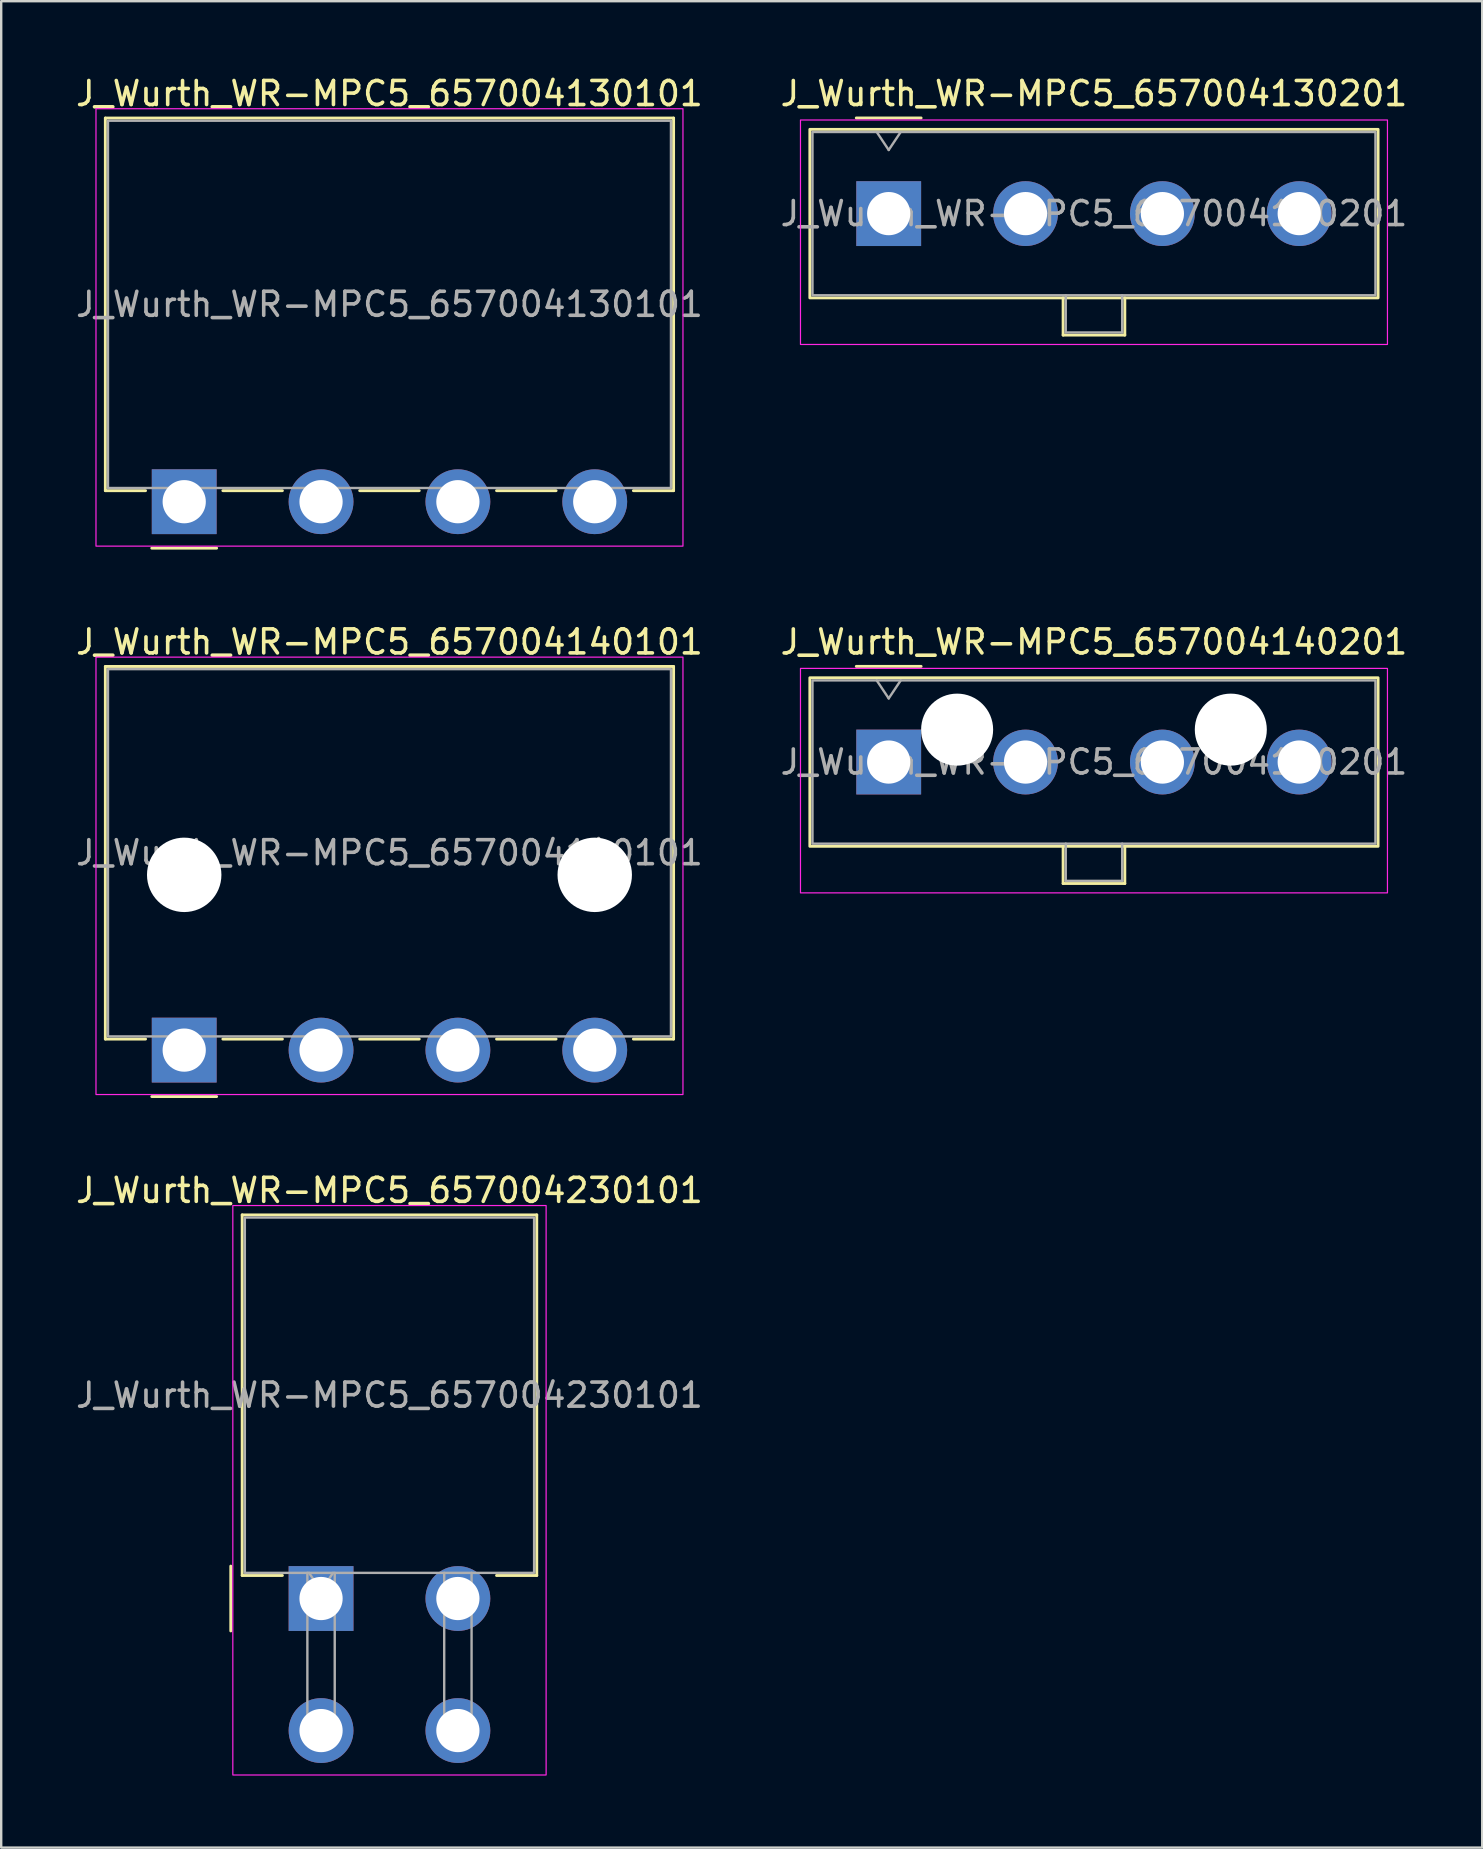
<source format=kicad_pcb>
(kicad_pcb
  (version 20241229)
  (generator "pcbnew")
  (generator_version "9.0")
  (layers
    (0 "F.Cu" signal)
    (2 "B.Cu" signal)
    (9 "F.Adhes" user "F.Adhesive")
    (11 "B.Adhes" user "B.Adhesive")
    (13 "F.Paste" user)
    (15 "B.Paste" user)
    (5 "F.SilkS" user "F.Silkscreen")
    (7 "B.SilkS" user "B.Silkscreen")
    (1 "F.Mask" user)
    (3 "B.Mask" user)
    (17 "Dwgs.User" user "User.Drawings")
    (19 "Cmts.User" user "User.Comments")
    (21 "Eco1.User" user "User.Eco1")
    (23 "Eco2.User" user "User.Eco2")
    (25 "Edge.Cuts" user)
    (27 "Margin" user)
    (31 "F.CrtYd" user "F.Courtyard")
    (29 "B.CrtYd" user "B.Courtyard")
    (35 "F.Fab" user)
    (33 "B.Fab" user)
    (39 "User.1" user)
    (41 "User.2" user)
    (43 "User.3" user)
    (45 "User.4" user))
  (footprint "J_Wurth_WR-MPC5_657004230101"
    (layer "F.Cu")
    (at 10.323 63.535)
    (property "Reference" "J_Wurth_WR-MPC5_657004230101" (at 2.85 -17 0) (unlocked yes) (layer "F.SilkS") (effects (font (size 1 1) (thickness 0.15))))
    (attr through_hole)
    (fp_line (start -3.76 -1.35) (end -3.76 1.35) (stroke (width 0.12) (type solid)) (layer "F.SilkS"))
    (fp_line (start -3.285 -15.98) (end -3.285 -0.96) (stroke (width 0.12) (type solid)) (layer "F.SilkS"))
    (fp_line (start -3.285 -15.98) (end 8.985 -15.98) (stroke (width 0.12) (type solid)) (layer "F.SilkS"))
    (fp_line (start -1.61 -0.96) (end -3.285 -0.96) (stroke (width 0.12) (type solid)) (layer "F.SilkS"))
    (fp_line (start 8.985 -15.98) (end 8.985 -0.96) (stroke (width 0.12) (type solid)) (layer "F.SilkS"))
    (fp_line (start 8.985 -0.96) (end 7.31 -0.96) (stroke (width 0.12) (type solid)) (layer "F.SilkS"))
    (fp_rect (start -3.675 -16.37) (end 9.375 7.35) (stroke (width 0.05) (type solid)) (fill no) (layer "F.CrtYd"))
    (fp_line (start -0.57 0.57) (end -0.57 -1.07) (stroke (width 0.1) (type solid)) (layer "F.Fab"))
    (fp_line (start -0.57 0.57) (end 0.57 0.57) (stroke (width 0.1) (type solid)) (layer "F.Fab"))
    (fp_line (start -0.57 6.07) (end -0.57 0.57) (stroke (width 0.1) (type solid)) (layer "F.Fab"))
    (fp_line (start 0 -0.32) (end -0.5 -1.07) (stroke (width 0.1) (type solid)) (layer "F.Fab"))
    (fp_line (start 0 -0.32) (end 0.5 -1.07) (stroke (width 0.1) (type solid)) (layer "F.Fab"))
    (fp_line (start 0.57 0.57) (end 0.57 -1.07) (stroke (width 0.1) (type solid)) (layer "F.Fab"))
    (fp_line (start 0.57 6.07) (end -0.57 6.07) (stroke (width 0.1) (type solid)) (layer "F.Fab"))
    (fp_line (start 0.57 6.07) (end 0.57 0.57) (stroke (width 0.1) (type solid)) (layer "F.Fab"))
    (fp_line (start 5.13 0.57) (end 5.13 -1.07) (stroke (width 0.1) (type solid)) (layer "F.Fab"))
    (fp_line (start 5.13 0.57) (end 6.27 0.57) (stroke (width 0.1) (type solid)) (layer "F.Fab"))
    (fp_line (start 5.13 6.07) (end 5.13 0.57) (stroke (width 0.1) (type solid)) (layer "F.Fab"))
    (fp_line (start 6.27 0.57) (end 6.27 -1.07) (stroke (width 0.1) (type solid)) (layer "F.Fab"))
    (fp_line (start 6.27 6.07) (end 5.13 6.07) (stroke (width 0.1) (type solid)) (layer "F.Fab"))
    (fp_line (start 6.27 6.07) (end 6.27 0.57) (stroke (width 0.1) (type solid)) (layer "F.Fab"))
    (fp_rect (start -3.175 -15.87) (end 8.875 -1.07) (stroke (width 0.1) (type solid)) (fill no) (layer "F.Fab"))
    (fp_text user "${REFERENCE}" (at 2.85 -8.47 0) (unlocked yes) (layer "F.Fab") (effects (font (size 1 1) (thickness 0.15))))
    (pad "1" thru_hole rect (at 0 0 180) (size 2.7 2.7) (drill 1.8) (layers "*.Cu" "*.Mask"))
    (pad "2" thru_hole circle (at 5.7 0 180) (size 2.7 2.7) (drill 1.8) (layers "*.Cu" "*.Mask"))
    (pad "3" thru_hole circle (at 0 5.5 180) (size 2.7 2.7) (drill 1.8) (layers "*.Cu" "*.Mask"))
    (pad "4" thru_hole circle (at 5.7 5.5 180) (size 2.7 2.7) (drill 1.8) (layers "*.Cu" "*.Mask")))
  (footprint "J_Wurth_WR-MPC5_657004140101"
    (layer "F.Cu")
    (at 4.623 40.691)
    (property "Reference" "J_Wurth_WR-MPC5_657004140101" (at 8.55 -17 0) (unlocked yes) (layer "F.SilkS") (effects (font (size 1 1) (thickness 0.15))))
    (attr through_hole)
    (fp_line (start -3.285 -15.98) (end -3.285 -0.46) (stroke (width 0.12) (type solid)) (layer "F.SilkS"))
    (fp_line (start -3.285 -15.98) (end 20.385 -15.98) (stroke (width 0.12) (type solid)) (layer "F.SilkS"))
    (fp_line (start -1.61 -0.46) (end -3.285 -0.46) (stroke (width 0.12) (type solid)) (layer "F.SilkS"))
    (fp_line (start 1.35 1.935) (end -1.35 1.935) (stroke (width 0.12) (type solid)) (layer "F.SilkS"))
    (fp_line (start 4.09 -0.46) (end 1.61 -0.46) (stroke (width 0.12) (type solid)) (layer "F.SilkS"))
    (fp_line (start 9.79 -0.46) (end 7.31 -0.46) (stroke (width 0.12) (type solid)) (layer "F.SilkS"))
    (fp_line (start 15.49 -0.46) (end 13.01 -0.46) (stroke (width 0.12) (type solid)) (layer "F.SilkS"))
    (fp_line (start 18.71 -0.46) (end 20.385 -0.46) (stroke (width 0.12) (type solid)) (layer "F.SilkS"))
    (fp_line (start 20.385 -15.98) (end 20.385 -0.46) (stroke (width 0.12) (type solid)) (layer "F.SilkS"))
    (fp_rect (start -3.675 -16.37) (end 20.775 1.85) (stroke (width 0.05) (type solid)) (fill no) (layer "F.CrtYd"))
    (fp_line (start 0 0.18) (end -0.5 -0.57) (stroke (width 0.1) (type solid)) (layer "F.Fab"))
    (fp_line (start 0 0.18) (end 0.5 -0.57) (stroke (width 0.1) (type solid)) (layer "F.Fab"))
    (fp_rect (start -3.175 -15.87) (end 20.275 -0.57) (stroke (width 0.1) (type solid)) (fill no) (layer "F.Fab"))
    (fp_text user "${REFERENCE}" (at 8.55 -8.22 0) (unlocked yes) (layer "F.Fab") (effects (font (size 1 1) (thickness 0.15))))
    (pad "" np_thru_hole circle (at 0 -7.3) (size 3.1 3.1) (drill 3.1) (layers "*.Cu" "*.Mask"))
    (pad "" np_thru_hole circle (at 17.1 -7.3) (size 3.1 3.1) (drill 3.1) (layers "*.Cu" "*.Mask"))
    (pad "1" thru_hole rect (at 0 0 180) (size 2.7 2.7) (drill 1.8) (layers "*.Cu" "*.Mask"))
    (pad "2" thru_hole circle (at 5.7 0 180) (size 2.7 2.7) (drill 1.8) (layers "*.Cu" "*.Mask"))
    (pad "3" thru_hole circle (at 11.4 0 180) (size 2.7 2.7) (drill 1.8) (layers "*.Cu" "*.Mask"))
    (pad "4" thru_hole circle (at 17.1 0 180) (size 2.7 2.7) (drill 1.8) (layers "*.Cu" "*.Mask")))
  (footprint "J_Wurth_WR-MPC5_657004140201"
    (layer "F.Cu")
    (at 33.968 28.692)
    (property "Reference" "J_Wurth_WR-MPC5_657004140201" (at 8.55 -5 0) (unlocked yes) (layer "F.SilkS") (effects (font (size 1 1) (thickness 0.15))))
    (attr through_hole)
    (fp_line (start -1.35 -3.985) (end 1.35 -3.985) (stroke (width 0.12) (type solid)) (layer "F.SilkS"))
    (fp_line (start 7.265 3.51) (end 7.265 5.06) (stroke (width 0.12) (type solid)) (layer "F.SilkS"))
    (fp_line (start 7.265 5.06) (end 9.835 5.06) (stroke (width 0.12) (type solid)) (layer "F.SilkS"))
    (fp_line (start 9.835 3.51) (end 9.835 5.06) (stroke (width 0.12) (type solid)) (layer "F.SilkS"))
    (fp_rect (start -3.285 -3.51) (end 20.385 3.51) (stroke (width 0.12) (type solid)) (fill no) (layer "F.SilkS"))
    (fp_rect (start -3.675 -3.9) (end 20.775 5.45) (stroke (width 0.05) (type solid)) (fill no) (layer "F.CrtYd"))
    (fp_line (start 0 -2.65) (end -0.5 -3.4) (stroke (width 0.1) (type solid)) (layer "F.Fab"))
    (fp_line (start 0 -2.65) (end 0.5 -3.4) (stroke (width 0.1) (type solid)) (layer "F.Fab"))
    (fp_line (start 7.375 4.95) (end 7.375 3.4) (stroke (width 0.1) (type solid)) (layer "F.Fab"))
    (fp_line (start 9.725 3.4) (end 9.725 4.95) (stroke (width 0.1) (type solid)) (layer "F.Fab"))
    (fp_line (start 9.725 4.95) (end 7.375 4.95) (stroke (width 0.1) (type solid)) (layer "F.Fab"))
    (fp_rect (start -3.175 -3.4) (end 20.275 3.4) (stroke (width 0.1) (type solid)) (fill no) (layer "F.Fab"))
    (fp_text user "${REFERENCE}" (at 8.55 0 0) (unlocked yes) (layer "F.Fab") (effects (font (size 1 1) (thickness 0.15))))
    (pad "" np_thru_hole circle (at 2.85 -1.35) (size 3 3) (drill 3) (layers "*.Cu" "*.Mask"))
    (pad "" np_thru_hole circle (at 14.25 -1.35) (size 3 3) (drill 3) (layers "*.Cu" "*.Mask"))
    (pad "1" thru_hole rect (at 0 0 180) (size 2.7 2.7) (drill 1.8) (layers "*.Cu" "*.Mask"))
    (pad "2" thru_hole circle (at 5.7 0 180) (size 2.7 2.7) (drill 1.8) (layers "*.Cu" "*.Mask"))
    (pad "3" thru_hole circle (at 11.4 0 180) (size 2.7 2.7) (drill 1.8) (layers "*.Cu" "*.Mask"))
    (pad "4" thru_hole circle (at 17.1 0 180) (size 2.7 2.7) (drill 1.8) (layers "*.Cu" "*.Mask")))
  (footprint "J_Wurth_WR-MPC5_657004130201"
    (layer "F.Cu")
    (at 33.968 5.848)
    (property "Reference" "J_Wurth_WR-MPC5_657004130201" (at 8.55 -5 0) (unlocked yes) (layer "F.SilkS") (effects (font (size 1 1) (thickness 0.15))))
    (attr through_hole)
    (fp_line (start -1.35 -3.985) (end 1.35 -3.985) (stroke (width 0.12) (type solid)) (layer "F.SilkS"))
    (fp_line (start 7.265 3.51) (end 7.265 5.06) (stroke (width 0.12) (type solid)) (layer "F.SilkS"))
    (fp_line (start 7.265 5.06) (end 9.835 5.06) (stroke (width 0.12) (type solid)) (layer "F.SilkS"))
    (fp_line (start 9.835 3.51) (end 9.835 5.06) (stroke (width 0.12) (type solid)) (layer "F.SilkS"))
    (fp_rect (start -3.285 -3.51) (end 20.385 3.51) (stroke (width 0.12) (type solid)) (fill no) (layer "F.SilkS"))
    (fp_rect (start -3.675 -3.9) (end 20.775 5.45) (stroke (width 0.05) (type solid)) (fill no) (layer "F.CrtYd"))
    (fp_line (start 0 -2.65) (end -0.5 -3.4) (stroke (width 0.1) (type solid)) (layer "F.Fab"))
    (fp_line (start 0 -2.65) (end 0.5 -3.4) (stroke (width 0.1) (type solid)) (layer "F.Fab"))
    (fp_line (start 7.375 4.95) (end 7.375 3.4) (stroke (width 0.1) (type solid)) (layer "F.Fab"))
    (fp_line (start 9.725 3.4) (end 9.725 4.95) (stroke (width 0.1) (type solid)) (layer "F.Fab"))
    (fp_line (start 9.725 4.95) (end 7.375 4.95) (stroke (width 0.1) (type solid)) (layer "F.Fab"))
    (fp_rect (start -3.175 -3.4) (end 20.275 3.4) (stroke (width 0.1) (type solid)) (fill no) (layer "F.Fab"))
    (fp_text user "${REFERENCE}" (at 8.55 0 0) (unlocked yes) (layer "F.Fab") (effects (font (size 1 1) (thickness 0.15))))
    (pad "1" thru_hole rect (at 0 0 180) (size 2.7 2.7) (drill 1.8) (layers "*.Cu" "*.Mask"))
    (pad "2" thru_hole circle (at 5.7 0 180) (size 2.7 2.7) (drill 1.8) (layers "*.Cu" "*.Mask"))
    (pad "3" thru_hole circle (at 11.4 0 180) (size 2.7 2.7) (drill 1.8) (layers "*.Cu" "*.Mask"))
    (pad "4" thru_hole circle (at 17.1 0 180) (size 2.7 2.7) (drill 1.8) (layers "*.Cu" "*.Mask")))
  (footprint "J_Wurth_WR-MPC5_657004130101"
    (layer "F.Cu")
    (at 4.623 17.848)
    (property "Reference" "J_Wurth_WR-MPC5_657004130101" (at 8.55 -17 0) (unlocked yes) (layer "F.SilkS") (effects (font (size 1 1) (thickness 0.15))))
    (attr through_hole)
    (fp_line (start -3.285 -15.98) (end -3.285 -0.46) (stroke (width 0.12) (type solid)) (layer "F.SilkS"))
    (fp_line (start -3.285 -15.98) (end 20.385 -15.98) (stroke (width 0.12) (type solid)) (layer "F.SilkS"))
    (fp_line (start -1.61 -0.46) (end -3.285 -0.46) (stroke (width 0.12) (type solid)) (layer "F.SilkS"))
    (fp_line (start 1.35 1.935) (end -1.35 1.935) (stroke (width 0.12) (type solid)) (layer "F.SilkS"))
    (fp_line (start 4.09 -0.46) (end 1.61 -0.46) (stroke (width 0.12) (type solid)) (layer "F.SilkS"))
    (fp_line (start 9.79 -0.46) (end 7.31 -0.46) (stroke (width 0.12) (type solid)) (layer "F.SilkS"))
    (fp_line (start 15.49 -0.46) (end 13.01 -0.46) (stroke (width 0.12) (type solid)) (layer "F.SilkS"))
    (fp_line (start 18.71 -0.46) (end 20.385 -0.46) (stroke (width 0.12) (type solid)) (layer "F.SilkS"))
    (fp_line (start 20.385 -15.98) (end 20.385 -0.46) (stroke (width 0.12) (type solid)) (layer "F.SilkS"))
    (fp_rect (start -3.675 -16.37) (end 20.775 1.85) (stroke (width 0.05) (type solid)) (fill no) (layer "F.CrtYd"))
    (fp_line (start 0 0.18) (end -0.5 -0.57) (stroke (width 0.1) (type solid)) (layer "F.Fab"))
    (fp_line (start 0 0.18) (end 0.5 -0.57) (stroke (width 0.1) (type solid)) (layer "F.Fab"))
    (fp_rect (start -3.175 -15.87) (end 20.275 -0.57) (stroke (width 0.1) (type solid)) (fill no) (layer "F.Fab"))
    (fp_text user "${REFERENCE}" (at 8.55 -8.22 0) (unlocked yes) (layer "F.Fab") (effects (font (size 1 1) (thickness 0.15))))
    (pad "1" thru_hole rect (at 0 0 180) (size 2.7 2.7) (drill 1.8) (layers "*.Cu" "*.Mask"))
    (pad "2" thru_hole circle (at 5.7 0 180) (size 2.7 2.7) (drill 1.8) (layers "*.Cu" "*.Mask"))
    (pad "3" thru_hole circle (at 11.4 0 180) (size 2.7 2.7) (drill 1.8) (layers "*.Cu" "*.Mask"))
    (pad "4" thru_hole circle (at 17.1 0 180) (size 2.7 2.7) (drill 1.8) (layers "*.Cu" "*.Mask")))
  (gr_rect
    (start -3 -3)
    (end 58.69 73.91)
    (stroke (width 0.1) (type default))
    (fill no)
    (layer "Edge.Cuts")))
</source>
